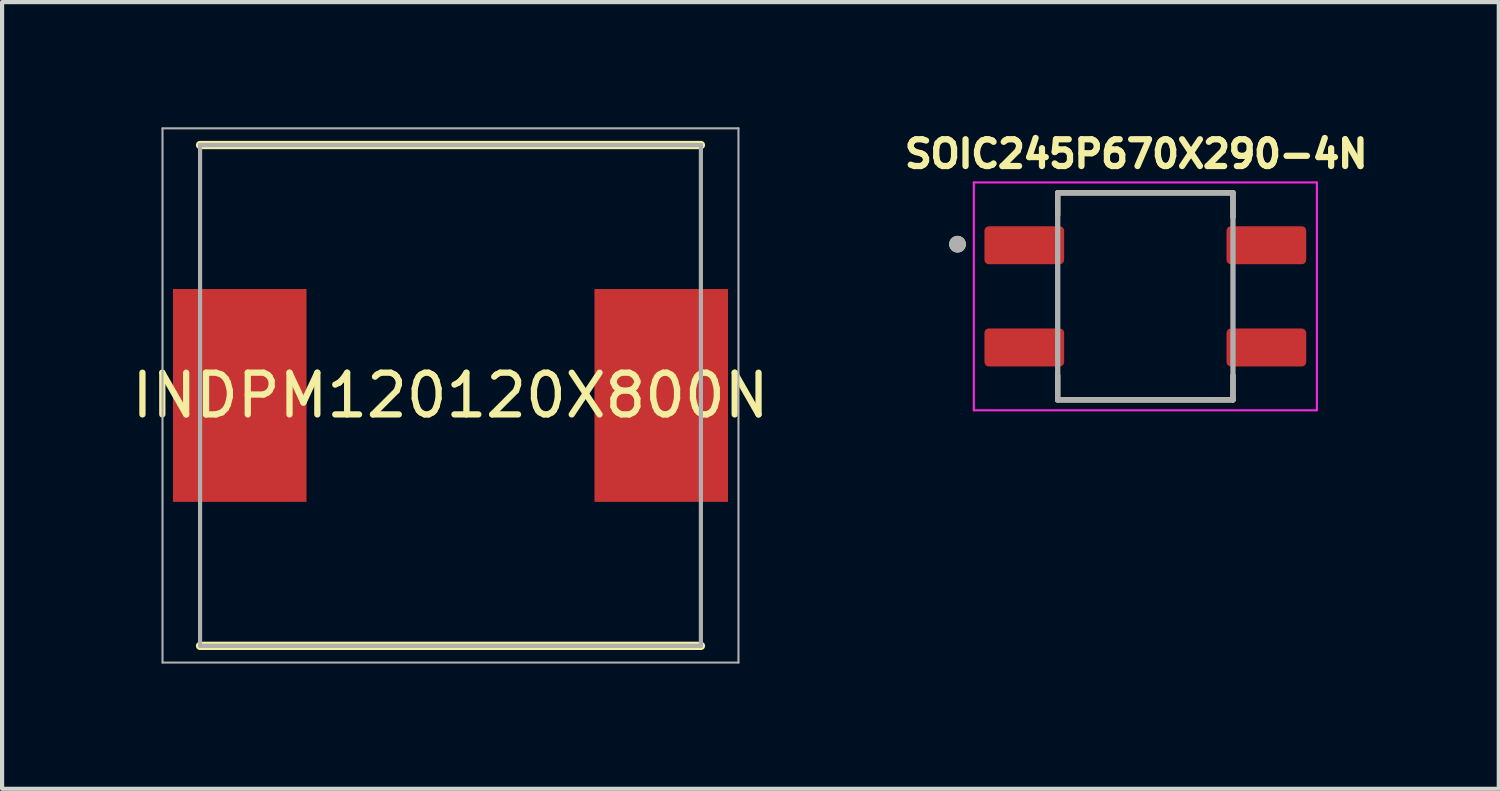
<source format=kicad_pcb>
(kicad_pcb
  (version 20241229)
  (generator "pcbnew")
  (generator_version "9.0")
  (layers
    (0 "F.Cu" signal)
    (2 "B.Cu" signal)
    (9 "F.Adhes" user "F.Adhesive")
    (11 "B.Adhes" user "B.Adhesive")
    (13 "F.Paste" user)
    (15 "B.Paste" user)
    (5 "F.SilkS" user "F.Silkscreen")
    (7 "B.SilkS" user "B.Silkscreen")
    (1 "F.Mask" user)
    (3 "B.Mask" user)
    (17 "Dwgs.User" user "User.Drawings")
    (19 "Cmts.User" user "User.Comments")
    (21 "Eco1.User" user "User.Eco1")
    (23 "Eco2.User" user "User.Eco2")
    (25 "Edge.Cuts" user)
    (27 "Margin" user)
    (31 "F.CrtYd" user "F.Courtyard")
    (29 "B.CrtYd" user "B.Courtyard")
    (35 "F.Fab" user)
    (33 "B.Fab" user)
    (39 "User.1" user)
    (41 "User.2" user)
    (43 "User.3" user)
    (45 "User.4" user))
  (footprint "SOIC245P670X290-4N"
    (layer "F.Cu")
    (at 24.393 4.051)
    (property "Reference" "SOIC245P670X290-4N" (at -0.218 -3.412 0) (layer "F.SilkS") (effects (font (size 0.641 0.641) (thickness 0.15))))
    (attr smd)
    (fp_line (start -2.1 -2.48) (end 2.1 -2.48) (stroke (width 0.127) (type solid)) (layer "F.SilkS"))
    (fp_line (start -2.1 -1.95) (end -2.1 -2.48) (stroke (width 0.127) (type solid)) (layer "F.SilkS"))
    (fp_line (start -2.1 1.9) (end -2.1 2.48) (stroke (width 0.127) (type solid)) (layer "F.SilkS"))
    (fp_line (start -2.1 2.48) (end 2.1 2.48) (stroke (width 0.127) (type solid)) (layer "F.SilkS"))
    (fp_line (start 2.1 -2.48) (end 2.1 -1.9) (stroke (width 0.127) (type solid)) (layer "F.SilkS"))
    (fp_line (start 2.1 2.48) (end 2.1 1.9) (stroke (width 0.127) (type solid)) (layer "F.SilkS"))
    (fp_circle (center -4.5 -1.25) (end -4.4 -1.25) (stroke (width 0.2) (type solid)) (fill no) (layer "F.SilkS"))
    (fp_line (start -4.11 -2.73) (end -4.11 2.73) (stroke (width 0.05) (type solid)) (layer "F.CrtYd"))
    (fp_line (start -4.11 2.73) (end 4.11 2.73) (stroke (width 0.05) (type solid)) (layer "F.CrtYd"))
    (fp_line (start 4.11 -2.73) (end -4.11 -2.73) (stroke (width 0.05) (type solid)) (layer "F.CrtYd"))
    (fp_line (start 4.11 2.73) (end 4.11 -2.73) (stroke (width 0.05) (type solid)) (layer "F.CrtYd"))
    (fp_line (start -2.1 -2.48) (end 2.1 -2.48) (stroke (width 0.127) (type solid)) (layer "F.Fab"))
    (fp_line (start -2.1 2.48) (end -2.1 -2.48) (stroke (width 0.127) (type solid)) (layer "F.Fab"))
    (fp_line (start 2.1 -2.48) (end 2.1 2.48) (stroke (width 0.127) (type solid)) (layer "F.Fab"))
    (fp_line (start 2.1 2.48) (end -2.1 2.48) (stroke (width 0.127) (type solid)) (layer "F.Fab"))
    (fp_circle (center -4.5 -1.25) (end -4.4 -1.25) (stroke (width 0.2) (type solid)) (fill no) (layer "F.Fab"))
    (pad "1" smd roundrect (at -2.9 -1.225) (size 1.91 0.91) (layers "F.Cu" "F.Mask" "F.Paste") (roundrect_rratio 0.115))
    (pad "2" smd roundrect (at -2.9 1.225) (size 1.91 0.91) (layers "F.Cu" "F.Mask" "F.Paste") (roundrect_rratio 0.115))
    (pad "3" smd roundrect (at 2.9 1.225) (size 1.91 0.91) (layers "F.Cu" "F.Mask" "F.Paste") (roundrect_rratio 0.115))
    (pad "4" smd roundrect (at 2.9 -1.225) (size 1.91 0.91) (layers "F.Cu" "F.Mask" "F.Paste") (roundrect_rratio 0.115)))
  (footprint "INDPM120120X800N"
    (layer "F.Cu")
    (at 7.744 6.425)
    (property "Reference" "INDPM120120X800N" (at 0 0 0) (layer "F.SilkS") (effects (font (size 1 1) (thickness 0.15))))
    (attr smd)
    (fp_line (start -6 6) (end 6 6) (stroke (width 0.2) (type solid)) (layer "F.SilkS"))
    (fp_line (start 6 -6) (end -6 -6) (stroke (width 0.2) (type solid)) (layer "F.SilkS"))
    (fp_line (start -6.9 -6.4) (end 6.9 -6.4) (stroke (width 0.05) (type solid)) (layer "F.Fab"))
    (fp_line (start -6.9 6.4) (end -6.9 -6.4) (stroke (width 0.05) (type solid)) (layer "F.Fab"))
    (fp_line (start -6 -6) (end 6 -6) (stroke (width 0.1) (type solid)) (layer "F.Fab"))
    (fp_line (start -6 6) (end -6 -6) (stroke (width 0.1) (type solid)) (layer "F.Fab"))
    (fp_line (start 6 -6) (end 6 6) (stroke (width 0.1) (type solid)) (layer "F.Fab"))
    (fp_line (start 6 6) (end -6 6) (stroke (width 0.1) (type solid)) (layer "F.Fab"))
    (fp_line (start 6.9 -6.4) (end 6.9 6.4) (stroke (width 0.05) (type solid)) (layer "F.Fab"))
    (fp_line (start 6.9 6.4) (end -6.9 6.4) (stroke (width 0.05) (type solid)) (layer "F.Fab"))
    (pad "1" smd rect (at -5.05 0) (size 3.2 5.1) (layers "F.Cu" "F.Mask" "F.Paste"))
    (pad "2" smd rect (at 5.05 0) (size 3.2 5.1) (layers "F.Cu" "F.Mask" "F.Paste")))
  (gr_rect
    (start -3 -3)
    (end 32.862 15.85)
    (stroke (width 0.1) (type default))
    (fill no)
    (layer "Edge.Cuts")))
</source>
